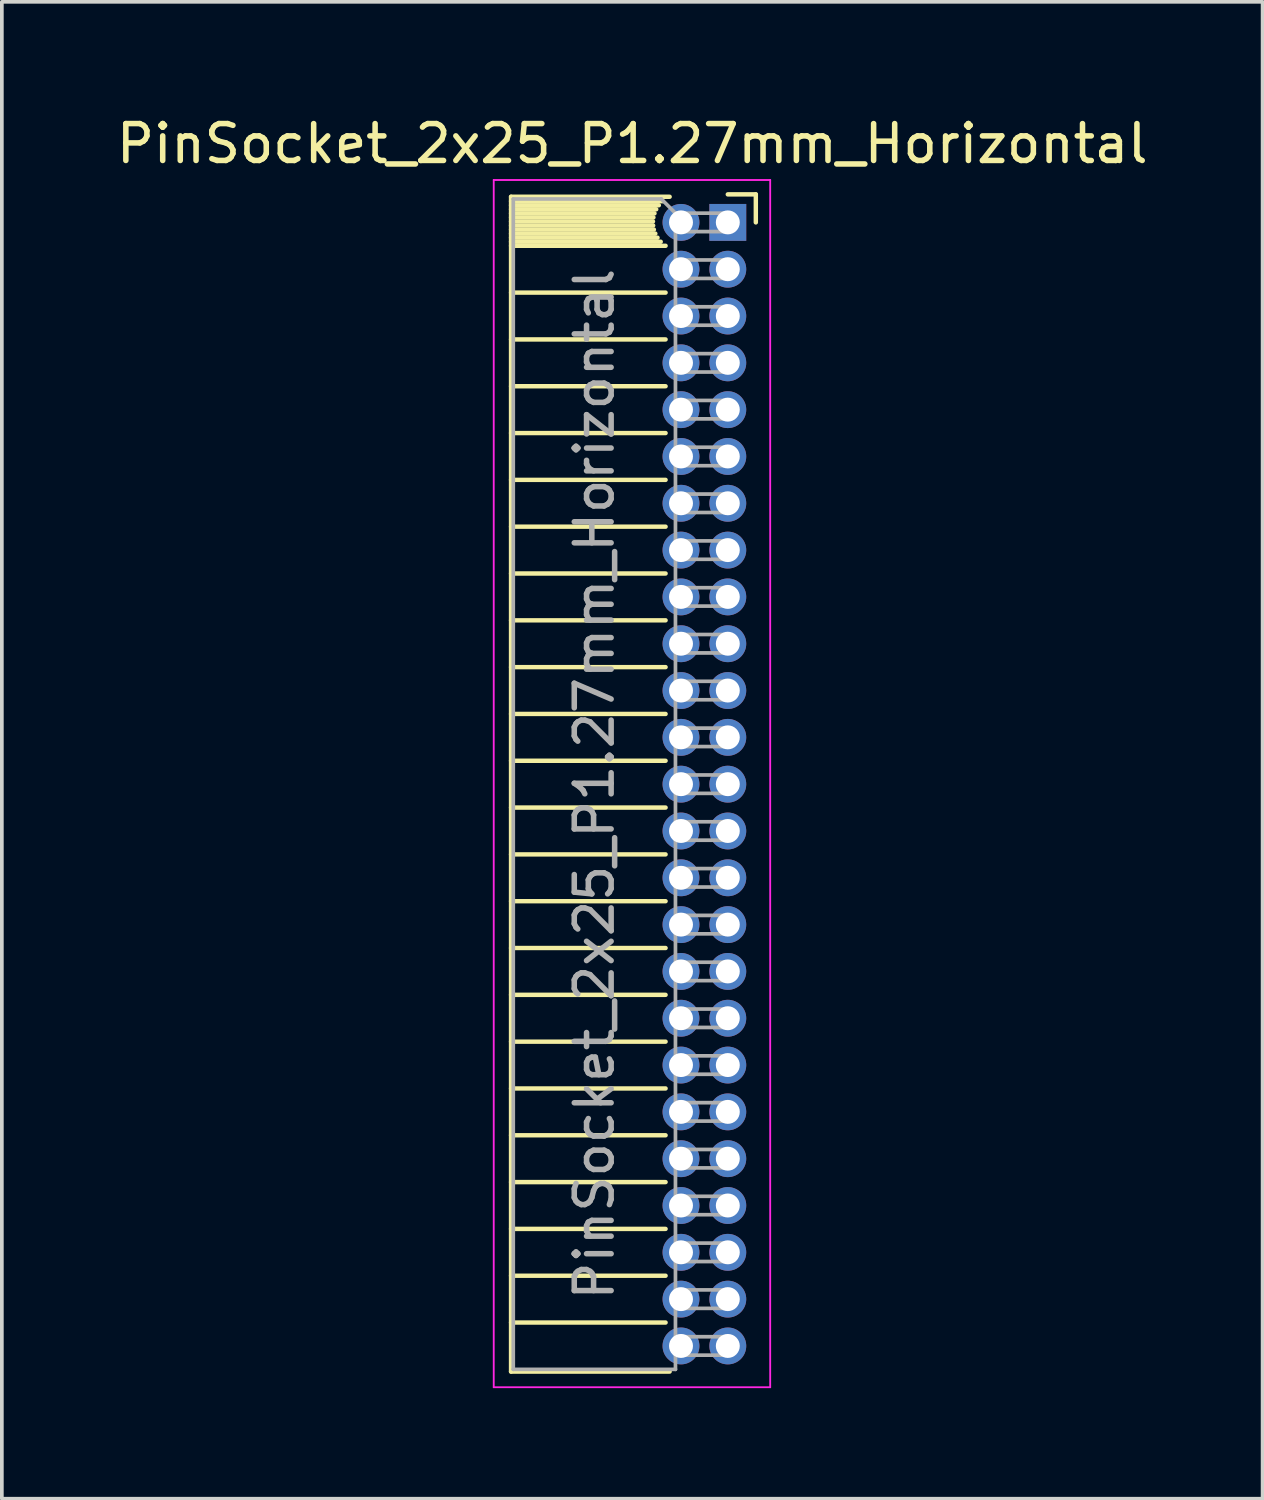
<source format=kicad_pcb>
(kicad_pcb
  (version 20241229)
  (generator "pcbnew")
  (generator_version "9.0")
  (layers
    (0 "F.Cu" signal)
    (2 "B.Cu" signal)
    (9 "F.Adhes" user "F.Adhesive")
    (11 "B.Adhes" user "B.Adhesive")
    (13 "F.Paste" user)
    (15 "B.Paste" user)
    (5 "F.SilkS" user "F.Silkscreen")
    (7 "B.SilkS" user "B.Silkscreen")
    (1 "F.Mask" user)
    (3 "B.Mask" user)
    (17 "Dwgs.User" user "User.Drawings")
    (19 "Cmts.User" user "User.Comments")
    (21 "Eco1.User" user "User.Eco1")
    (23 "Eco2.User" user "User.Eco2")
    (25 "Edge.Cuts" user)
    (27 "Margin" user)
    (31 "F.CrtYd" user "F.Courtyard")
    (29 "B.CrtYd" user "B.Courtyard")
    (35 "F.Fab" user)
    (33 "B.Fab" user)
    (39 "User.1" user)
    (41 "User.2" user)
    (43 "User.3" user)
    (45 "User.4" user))
  (footprint "PinSocket_2x25_P1.27mm_Horizontal"
    (layer "F.Cu")
    (at 16.694 2.983)
    (property "Reference" "PinSocket_2x25_P1.27mm_Horizontal" (at -2.592 -2.135 0) (layer "F.SilkS") (effects (font (size 1 1) (thickness 0.15))))
    (attr through_hole)
    (fp_line (start -5.88 -0.695) (end -5.88 31.175) (stroke (width 0.12) (type solid)) (layer "F.SilkS"))
    (fp_line (start -5.88 -0.695) (end -1.578 -0.695) (stroke (width 0.12) (type solid)) (layer "F.SilkS"))
    (fp_line (start -5.88 -0.575) (end -1.767 -0.575) (stroke (width 0.12) (type solid)) (layer "F.SilkS"))
    (fp_line (start -5.88 -0.465) (end -1.871 -0.465) (stroke (width 0.12) (type solid)) (layer "F.SilkS"))
    (fp_line (start -5.88 -0.355) (end -1.942 -0.355) (stroke (width 0.12) (type solid)) (layer "F.SilkS"))
    (fp_line (start -5.88 -0.245) (end -1.989 -0.245) (stroke (width 0.12) (type solid)) (layer "F.SilkS"))
    (fp_line (start -5.88 -0.135) (end -2.018 -0.135) (stroke (width 0.12) (type solid)) (layer "F.SilkS"))
    (fp_line (start -5.88 -0.025) (end -2.03 -0.025) (stroke (width 0.12) (type solid)) (layer "F.SilkS"))
    (fp_line (start -5.88 0.085) (end -2.025 0.085) (stroke (width 0.12) (type solid)) (layer "F.SilkS"))
    (fp_line (start -5.88 0.195) (end -2.005 0.195) (stroke (width 0.12) (type solid)) (layer "F.SilkS"))
    (fp_line (start -5.88 0.305) (end -1.966 0.305) (stroke (width 0.12) (type solid)) (layer "F.SilkS"))
    (fp_line (start -5.88 0.415) (end -1.907 0.415) (stroke (width 0.12) (type solid)) (layer "F.SilkS"))
    (fp_line (start -5.88 0.525) (end -1.82 0.525) (stroke (width 0.12) (type solid)) (layer "F.SilkS"))
    (fp_line (start -5.88 0.635) (end -1.688 0.635) (stroke (width 0.12) (type solid)) (layer "F.SilkS"))
    (fp_line (start -5.88 1.905) (end -1.688 1.905) (stroke (width 0.12) (type solid)) (layer "F.SilkS"))
    (fp_line (start -5.88 3.175) (end -1.688 3.175) (stroke (width 0.12) (type solid)) (layer "F.SilkS"))
    (fp_line (start -5.88 4.445) (end -1.688 4.445) (stroke (width 0.12) (type solid)) (layer "F.SilkS"))
    (fp_line (start -5.88 5.715) (end -1.688 5.715) (stroke (width 0.12) (type solid)) (layer "F.SilkS"))
    (fp_line (start -5.88 6.985) (end -1.688 6.985) (stroke (width 0.12) (type solid)) (layer "F.SilkS"))
    (fp_line (start -5.88 8.255) (end -1.688 8.255) (stroke (width 0.12) (type solid)) (layer "F.SilkS"))
    (fp_line (start -5.88 9.525) (end -1.688 9.525) (stroke (width 0.12) (type solid)) (layer "F.SilkS"))
    (fp_line (start -5.88 10.795) (end -1.688 10.795) (stroke (width 0.12) (type solid)) (layer "F.SilkS"))
    (fp_line (start -5.88 12.065) (end -1.688 12.065) (stroke (width 0.12) (type solid)) (layer "F.SilkS"))
    (fp_line (start -5.88 13.335) (end -1.688 13.335) (stroke (width 0.12) (type solid)) (layer "F.SilkS"))
    (fp_line (start -5.88 14.605) (end -1.688 14.605) (stroke (width 0.12) (type solid)) (layer "F.SilkS"))
    (fp_line (start -5.88 15.875) (end -1.688 15.875) (stroke (width 0.12) (type solid)) (layer "F.SilkS"))
    (fp_line (start -5.88 17.145) (end -1.688 17.145) (stroke (width 0.12) (type solid)) (layer "F.SilkS"))
    (fp_line (start -5.88 18.415) (end -1.688 18.415) (stroke (width 0.12) (type solid)) (layer "F.SilkS"))
    (fp_line (start -5.88 19.685) (end -1.688 19.685) (stroke (width 0.12) (type solid)) (layer "F.SilkS"))
    (fp_line (start -5.88 20.955) (end -1.688 20.955) (stroke (width 0.12) (type solid)) (layer "F.SilkS"))
    (fp_line (start -5.88 22.225) (end -1.688 22.225) (stroke (width 0.12) (type solid)) (layer "F.SilkS"))
    (fp_line (start -5.88 23.495) (end -1.688 23.495) (stroke (width 0.12) (type solid)) (layer "F.SilkS"))
    (fp_line (start -5.88 24.765) (end -1.688 24.765) (stroke (width 0.12) (type solid)) (layer "F.SilkS"))
    (fp_line (start -5.88 26.035) (end -1.688 26.035) (stroke (width 0.12) (type solid)) (layer "F.SilkS"))
    (fp_line (start -5.88 27.305) (end -1.688 27.305) (stroke (width 0.12) (type solid)) (layer "F.SilkS"))
    (fp_line (start -5.88 28.575) (end -1.688 28.575) (stroke (width 0.12) (type solid)) (layer "F.SilkS"))
    (fp_line (start -5.88 29.845) (end -1.688 29.845) (stroke (width 0.12) (type solid)) (layer "F.SilkS"))
    (fp_line (start -5.88 31.175) (end -1.578 31.175) (stroke (width 0.12) (type solid)) (layer "F.SilkS"))
    (fp_line (start 0 -0.76) (end 0.76 -0.76) (stroke (width 0.12) (type solid)) (layer "F.SilkS"))
    (fp_line (start 0.76 -0.76) (end 0.76 0) (stroke (width 0.12) (type solid)) (layer "F.SilkS"))
    (fp_line (start -6.35 -1.15) (end -6.35 31.6) (stroke (width 0.05) (type solid)) (layer "F.CrtYd"))
    (fp_line (start -6.35 31.6) (end 1.15 31.6) (stroke (width 0.05) (type solid)) (layer "F.CrtYd"))
    (fp_line (start 1.15 -1.15) (end -6.35 -1.15) (stroke (width 0.05) (type solid)) (layer "F.CrtYd"))
    (fp_line (start 1.15 31.6) (end 1.15 -1.15) (stroke (width 0.05) (type solid)) (layer "F.CrtYd"))
    (fp_line (start -5.82 -0.635) (end -1.805 -0.635) (stroke (width 0.1) (type solid)) (layer "F.Fab"))
    (fp_line (start -5.82 31.115) (end -5.82 -0.635) (stroke (width 0.1) (type solid)) (layer "F.Fab"))
    (fp_line (start -1.805 -0.635) (end -1.42 -0.25) (stroke (width 0.1) (type solid)) (layer "F.Fab"))
    (fp_line (start -1.42 -0.25) (end -1.42 31.115) (stroke (width 0.1) (type solid)) (layer "F.Fab"))
    (fp_line (start -1.42 0.25) (end 0 0.25) (stroke (width 0.1) (type solid)) (layer "F.Fab"))
    (fp_line (start -1.42 1.52) (end 0 1.52) (stroke (width 0.1) (type solid)) (layer "F.Fab"))
    (fp_line (start -1.42 2.79) (end 0 2.79) (stroke (width 0.1) (type solid)) (layer "F.Fab"))
    (fp_line (start -1.42 4.06) (end 0 4.06) (stroke (width 0.1) (type solid)) (layer "F.Fab"))
    (fp_line (start -1.42 5.33) (end 0 5.33) (stroke (width 0.1) (type solid)) (layer "F.Fab"))
    (fp_line (start -1.42 6.6) (end 0 6.6) (stroke (width 0.1) (type solid)) (layer "F.Fab"))
    (fp_line (start -1.42 7.87) (end 0 7.87) (stroke (width 0.1) (type solid)) (layer "F.Fab"))
    (fp_line (start -1.42 9.14) (end 0 9.14) (stroke (width 0.1) (type solid)) (layer "F.Fab"))
    (fp_line (start -1.42 10.41) (end 0 10.41) (stroke (width 0.1) (type solid)) (layer "F.Fab"))
    (fp_line (start -1.42 11.68) (end 0 11.68) (stroke (width 0.1) (type solid)) (layer "F.Fab"))
    (fp_line (start -1.42 12.95) (end 0 12.95) (stroke (width 0.1) (type solid)) (layer "F.Fab"))
    (fp_line (start -1.42 14.22) (end 0 14.22) (stroke (width 0.1) (type solid)) (layer "F.Fab"))
    (fp_line (start -1.42 15.49) (end 0 15.49) (stroke (width 0.1) (type solid)) (layer "F.Fab"))
    (fp_line (start -1.42 16.76) (end 0 16.76) (stroke (width 0.1) (type solid)) (layer "F.Fab"))
    (fp_line (start -1.42 18.03) (end 0 18.03) (stroke (width 0.1) (type solid)) (layer "F.Fab"))
    (fp_line (start -1.42 19.3) (end 0 19.3) (stroke (width 0.1) (type solid)) (layer "F.Fab"))
    (fp_line (start -1.42 20.57) (end 0 20.57) (stroke (width 0.1) (type solid)) (layer "F.Fab"))
    (fp_line (start -1.42 21.84) (end 0 21.84) (stroke (width 0.1) (type solid)) (layer "F.Fab"))
    (fp_line (start -1.42 23.11) (end 0 23.11) (stroke (width 0.1) (type solid)) (layer "F.Fab"))
    (fp_line (start -1.42 24.38) (end 0 24.38) (stroke (width 0.1) (type solid)) (layer "F.Fab"))
    (fp_line (start -1.42 25.65) (end 0 25.65) (stroke (width 0.1) (type solid)) (layer "F.Fab"))
    (fp_line (start -1.42 26.92) (end 0 26.92) (stroke (width 0.1) (type solid)) (layer "F.Fab"))
    (fp_line (start -1.42 28.19) (end 0 28.19) (stroke (width 0.1) (type solid)) (layer "F.Fab"))
    (fp_line (start -1.42 29.46) (end 0 29.46) (stroke (width 0.1) (type solid)) (layer "F.Fab"))
    (fp_line (start -1.42 30.73) (end 0 30.73) (stroke (width 0.1) (type solid)) (layer "F.Fab"))
    (fp_line (start -1.42 31.115) (end -5.82 31.115) (stroke (width 0.1) (type solid)) (layer "F.Fab"))
    (fp_line (start 0 -0.25) (end -1.42 -0.25) (stroke (width 0.1) (type solid)) (layer "F.Fab"))
    (fp_line (start 0 0.25) (end 0 -0.25) (stroke (width 0.1) (type solid)) (layer "F.Fab"))
    (fp_line (start 0 1.02) (end -1.42 1.02) (stroke (width 0.1) (type solid)) (layer "F.Fab"))
    (fp_line (start 0 1.52) (end 0 1.02) (stroke (width 0.1) (type solid)) (layer "F.Fab"))
    (fp_line (start 0 2.29) (end -1.42 2.29) (stroke (width 0.1) (type solid)) (layer "F.Fab"))
    (fp_line (start 0 2.79) (end 0 2.29) (stroke (width 0.1) (type solid)) (layer "F.Fab"))
    (fp_line (start 0 3.56) (end -1.42 3.56) (stroke (width 0.1) (type solid)) (layer "F.Fab"))
    (fp_line (start 0 4.06) (end 0 3.56) (stroke (width 0.1) (type solid)) (layer "F.Fab"))
    (fp_line (start 0 4.83) (end -1.42 4.83) (stroke (width 0.1) (type solid)) (layer "F.Fab"))
    (fp_line (start 0 5.33) (end 0 4.83) (stroke (width 0.1) (type solid)) (layer "F.Fab"))
    (fp_line (start 0 6.1) (end -1.42 6.1) (stroke (width 0.1) (type solid)) (layer "F.Fab"))
    (fp_line (start 0 6.6) (end 0 6.1) (stroke (width 0.1) (type solid)) (layer "F.Fab"))
    (fp_line (start 0 7.37) (end -1.42 7.37) (stroke (width 0.1) (type solid)) (layer "F.Fab"))
    (fp_line (start 0 7.87) (end 0 7.37) (stroke (width 0.1) (type solid)) (layer "F.Fab"))
    (fp_line (start 0 8.64) (end -1.42 8.64) (stroke (width 0.1) (type solid)) (layer "F.Fab"))
    (fp_line (start 0 9.14) (end 0 8.64) (stroke (width 0.1) (type solid)) (layer "F.Fab"))
    (fp_line (start 0 9.91) (end -1.42 9.91) (stroke (width 0.1) (type solid)) (layer "F.Fab"))
    (fp_line (start 0 10.41) (end 0 9.91) (stroke (width 0.1) (type solid)) (layer "F.Fab"))
    (fp_line (start 0 11.18) (end -1.42 11.18) (stroke (width 0.1) (type solid)) (layer "F.Fab"))
    (fp_line (start 0 11.68) (end 0 11.18) (stroke (width 0.1) (type solid)) (layer "F.Fab"))
    (fp_line (start 0 12.45) (end -1.42 12.45) (stroke (width 0.1) (type solid)) (layer "F.Fab"))
    (fp_line (start 0 12.95) (end 0 12.45) (stroke (width 0.1) (type solid)) (layer "F.Fab"))
    (fp_line (start 0 13.72) (end -1.42 13.72) (stroke (width 0.1) (type solid)) (layer "F.Fab"))
    (fp_line (start 0 14.22) (end 0 13.72) (stroke (width 0.1) (type solid)) (layer "F.Fab"))
    (fp_line (start 0 14.99) (end -1.42 14.99) (stroke (width 0.1) (type solid)) (layer "F.Fab"))
    (fp_line (start 0 15.49) (end 0 14.99) (stroke (width 0.1) (type solid)) (layer "F.Fab"))
    (fp_line (start 0 16.26) (end -1.42 16.26) (stroke (width 0.1) (type solid)) (layer "F.Fab"))
    (fp_line (start 0 16.76) (end 0 16.26) (stroke (width 0.1) (type solid)) (layer "F.Fab"))
    (fp_line (start 0 17.53) (end -1.42 17.53) (stroke (width 0.1) (type solid)) (layer "F.Fab"))
    (fp_line (start 0 18.03) (end 0 17.53) (stroke (width 0.1) (type solid)) (layer "F.Fab"))
    (fp_line (start 0 18.8) (end -1.42 18.8) (stroke (width 0.1) (type solid)) (layer "F.Fab"))
    (fp_line (start 0 19.3) (end 0 18.8) (stroke (width 0.1) (type solid)) (layer "F.Fab"))
    (fp_line (start 0 20.07) (end -1.42 20.07) (stroke (width 0.1) (type solid)) (layer "F.Fab"))
    (fp_line (start 0 20.57) (end 0 20.07) (stroke (width 0.1) (type solid)) (layer "F.Fab"))
    (fp_line (start 0 21.34) (end -1.42 21.34) (stroke (width 0.1) (type solid)) (layer "F.Fab"))
    (fp_line (start 0 21.84) (end 0 21.34) (stroke (width 0.1) (type solid)) (layer "F.Fab"))
    (fp_line (start 0 22.61) (end -1.42 22.61) (stroke (width 0.1) (type solid)) (layer "F.Fab"))
    (fp_line (start 0 23.11) (end 0 22.61) (stroke (width 0.1) (type solid)) (layer "F.Fab"))
    (fp_line (start 0 23.88) (end -1.42 23.88) (stroke (width 0.1) (type solid)) (layer "F.Fab"))
    (fp_line (start 0 24.38) (end 0 23.88) (stroke (width 0.1) (type solid)) (layer "F.Fab"))
    (fp_line (start 0 25.15) (end -1.42 25.15) (stroke (width 0.1) (type solid)) (layer "F.Fab"))
    (fp_line (start 0 25.65) (end 0 25.15) (stroke (width 0.1) (type solid)) (layer "F.Fab"))
    (fp_line (start 0 26.42) (end -1.42 26.42) (stroke (width 0.1) (type solid)) (layer "F.Fab"))
    (fp_line (start 0 26.92) (end 0 26.42) (stroke (width 0.1) (type solid)) (layer "F.Fab"))
    (fp_line (start 0 27.69) (end -1.42 27.69) (stroke (width 0.1) (type solid)) (layer "F.Fab"))
    (fp_line (start 0 28.19) (end 0 27.69) (stroke (width 0.1) (type solid)) (layer "F.Fab"))
    (fp_line (start 0 28.96) (end -1.42 28.96) (stroke (width 0.1) (type solid)) (layer "F.Fab"))
    (fp_line (start 0 29.46) (end 0 28.96) (stroke (width 0.1) (type solid)) (layer "F.Fab"))
    (fp_line (start 0 30.23) (end -1.42 30.23) (stroke (width 0.1) (type solid)) (layer "F.Fab"))
    (fp_line (start 0 30.73) (end 0 30.23) (stroke (width 0.1) (type solid)) (layer "F.Fab"))
    (fp_text user "${REFERENCE}" (at -3.62 15.24 90) (layer "F.Fab") (effects (font (size 1 1) (thickness 0.15))))
    (pad "1" thru_hole rect (at 0 0) (size 1 1) (drill 0.65) (layers "*.Cu" "*.Mask"))
    (pad "2" thru_hole circle (at -1.27 0) (size 1 1) (drill 0.65) (layers "*.Cu" "*.Mask"))
    (pad "3" thru_hole circle (at 0 1.27) (size 1 1) (drill 0.65) (layers "*.Cu" "*.Mask"))
    (pad "4" thru_hole circle (at -1.27 1.27) (size 1 1) (drill 0.65) (layers "*.Cu" "*.Mask"))
    (pad "5" thru_hole circle (at 0 2.54) (size 1 1) (drill 0.65) (layers "*.Cu" "*.Mask"))
    (pad "6" thru_hole circle (at -1.27 2.54) (size 1 1) (drill 0.65) (layers "*.Cu" "*.Mask"))
    (pad "7" thru_hole circle (at 0 3.81) (size 1 1) (drill 0.65) (layers "*.Cu" "*.Mask"))
    (pad "8" thru_hole circle (at -1.27 3.81) (size 1 1) (drill 0.65) (layers "*.Cu" "*.Mask"))
    (pad "9" thru_hole circle (at 0 5.08) (size 1 1) (drill 0.65) (layers "*.Cu" "*.Mask"))
    (pad "10" thru_hole circle (at -1.27 5.08) (size 1 1) (drill 0.65) (layers "*.Cu" "*.Mask"))
    (pad "11" thru_hole circle (at 0 6.35) (size 1 1) (drill 0.65) (layers "*.Cu" "*.Mask"))
    (pad "12" thru_hole circle (at -1.27 6.35) (size 1 1) (drill 0.65) (layers "*.Cu" "*.Mask"))
    (pad "13" thru_hole circle (at 0 7.62) (size 1 1) (drill 0.65) (layers "*.Cu" "*.Mask"))
    (pad "14" thru_hole circle (at -1.27 7.62) (size 1 1) (drill 0.65) (layers "*.Cu" "*.Mask"))
    (pad "15" thru_hole circle (at 0 8.89) (size 1 1) (drill 0.65) (layers "*.Cu" "*.Mask"))
    (pad "16" thru_hole circle (at -1.27 8.89) (size 1 1) (drill 0.65) (layers "*.Cu" "*.Mask"))
    (pad "17" thru_hole circle (at 0 10.16) (size 1 1) (drill 0.65) (layers "*.Cu" "*.Mask"))
    (pad "18" thru_hole circle (at -1.27 10.16) (size 1 1) (drill 0.65) (layers "*.Cu" "*.Mask"))
    (pad "19" thru_hole circle (at 0 11.43) (size 1 1) (drill 0.65) (layers "*.Cu" "*.Mask"))
    (pad "20" thru_hole circle (at -1.27 11.43) (size 1 1) (drill 0.65) (layers "*.Cu" "*.Mask"))
    (pad "21" thru_hole circle (at 0 12.7) (size 1 1) (drill 0.65) (layers "*.Cu" "*.Mask"))
    (pad "22" thru_hole circle (at -1.27 12.7) (size 1 1) (drill 0.65) (layers "*.Cu" "*.Mask"))
    (pad "23" thru_hole circle (at 0 13.97) (size 1 1) (drill 0.65) (layers "*.Cu" "*.Mask"))
    (pad "24" thru_hole circle (at -1.27 13.97) (size 1 1) (drill 0.65) (layers "*.Cu" "*.Mask"))
    (pad "25" thru_hole circle (at 0 15.24) (size 1 1) (drill 0.65) (layers "*.Cu" "*.Mask"))
    (pad "26" thru_hole circle (at -1.27 15.24) (size 1 1) (drill 0.65) (layers "*.Cu" "*.Mask"))
    (pad "27" thru_hole circle (at 0 16.51) (size 1 1) (drill 0.65) (layers "*.Cu" "*.Mask"))
    (pad "28" thru_hole circle (at -1.27 16.51) (size 1 1) (drill 0.65) (layers "*.Cu" "*.Mask"))
    (pad "29" thru_hole circle (at 0 17.78) (size 1 1) (drill 0.65) (layers "*.Cu" "*.Mask"))
    (pad "30" thru_hole circle (at -1.27 17.78) (size 1 1) (drill 0.65) (layers "*.Cu" "*.Mask"))
    (pad "31" thru_hole circle (at 0 19.05) (size 1 1) (drill 0.65) (layers "*.Cu" "*.Mask"))
    (pad "32" thru_hole circle (at -1.27 19.05) (size 1 1) (drill 0.65) (layers "*.Cu" "*.Mask"))
    (pad "33" thru_hole circle (at 0 20.32) (size 1 1) (drill 0.65) (layers "*.Cu" "*.Mask"))
    (pad "34" thru_hole circle (at -1.27 20.32) (size 1 1) (drill 0.65) (layers "*.Cu" "*.Mask"))
    (pad "35" thru_hole circle (at 0 21.59) (size 1 1) (drill 0.65) (layers "*.Cu" "*.Mask"))
    (pad "36" thru_hole circle (at -1.27 21.59) (size 1 1) (drill 0.65) (layers "*.Cu" "*.Mask"))
    (pad "37" thru_hole circle (at 0 22.86) (size 1 1) (drill 0.65) (layers "*.Cu" "*.Mask"))
    (pad "38" thru_hole circle (at -1.27 22.86) (size 1 1) (drill 0.65) (layers "*.Cu" "*.Mask"))
    (pad "39" thru_hole circle (at 0 24.13) (size 1 1) (drill 0.65) (layers "*.Cu" "*.Mask"))
    (pad "40" thru_hole circle (at -1.27 24.13) (size 1 1) (drill 0.65) (layers "*.Cu" "*.Mask"))
    (pad "41" thru_hole circle (at 0 25.4) (size 1 1) (drill 0.65) (layers "*.Cu" "*.Mask"))
    (pad "42" thru_hole circle (at -1.27 25.4) (size 1 1) (drill 0.65) (layers "*.Cu" "*.Mask"))
    (pad "43" thru_hole circle (at 0 26.67) (size 1 1) (drill 0.65) (layers "*.Cu" "*.Mask"))
    (pad "44" thru_hole circle (at -1.27 26.67) (size 1 1) (drill 0.65) (layers "*.Cu" "*.Mask"))
    (pad "45" thru_hole circle (at 0 27.94) (size 1 1) (drill 0.65) (layers "*.Cu" "*.Mask"))
    (pad "46" thru_hole circle (at -1.27 27.94) (size 1 1) (drill 0.65) (layers "*.Cu" "*.Mask"))
    (pad "47" thru_hole circle (at 0 29.21) (size 1 1) (drill 0.65) (layers "*.Cu" "*.Mask"))
    (pad "48" thru_hole circle (at -1.27 29.21) (size 1 1) (drill 0.65) (layers "*.Cu" "*.Mask"))
    (pad "49" thru_hole circle (at 0 30.48) (size 1 1) (drill 0.65) (layers "*.Cu" "*.Mask"))
    (pad "50" thru_hole circle (at -1.27 30.48) (size 1 1) (drill 0.65) (layers "*.Cu" "*.Mask")))
  (gr_rect
    (start -3 -3)
    (end 31.202 37.608)
    (stroke (width 0.1) (type default))
    (fill no)
    (layer "Edge.Cuts")))
</source>
